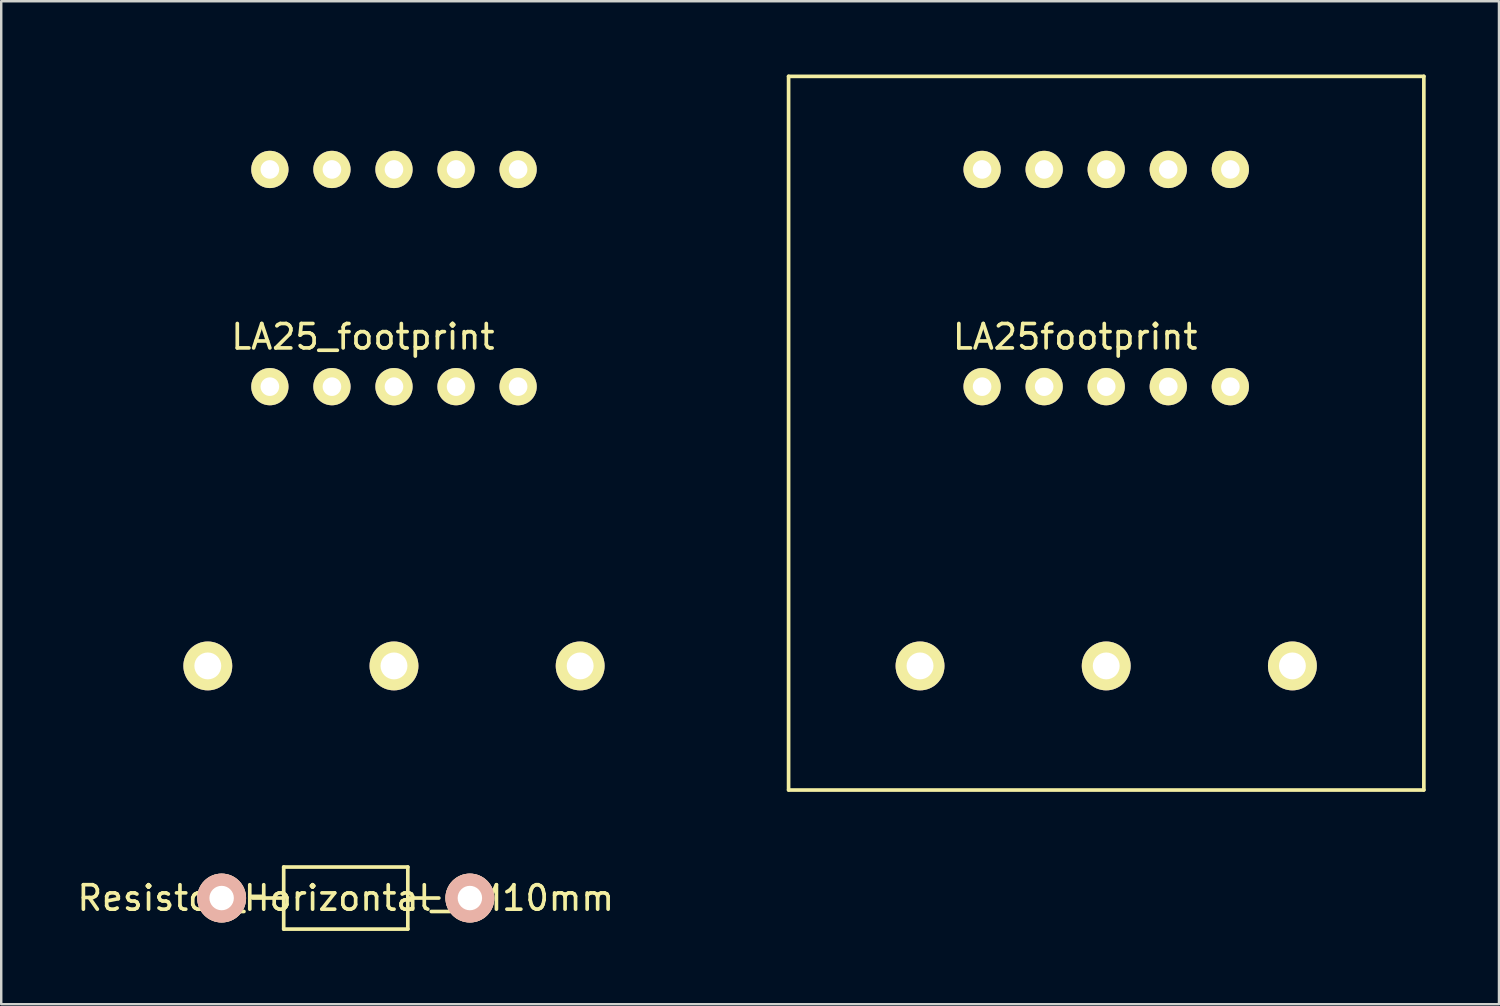
<source format=kicad_pcb>
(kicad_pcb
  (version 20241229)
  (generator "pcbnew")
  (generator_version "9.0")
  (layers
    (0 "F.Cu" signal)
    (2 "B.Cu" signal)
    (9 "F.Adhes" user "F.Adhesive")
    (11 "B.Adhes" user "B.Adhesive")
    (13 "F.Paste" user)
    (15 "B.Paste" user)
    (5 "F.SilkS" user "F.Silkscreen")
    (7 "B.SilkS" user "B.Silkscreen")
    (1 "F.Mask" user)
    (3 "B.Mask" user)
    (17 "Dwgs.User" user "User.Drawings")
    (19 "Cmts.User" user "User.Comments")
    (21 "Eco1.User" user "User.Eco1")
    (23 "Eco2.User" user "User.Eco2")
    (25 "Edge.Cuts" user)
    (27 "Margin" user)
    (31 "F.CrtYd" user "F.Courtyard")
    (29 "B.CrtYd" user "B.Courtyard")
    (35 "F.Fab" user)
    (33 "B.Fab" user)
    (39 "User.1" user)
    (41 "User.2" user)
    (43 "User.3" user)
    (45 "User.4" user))
  (footprint "LA25footprint"
    (layer "F.Cu")
    (at 40.955 10.235)
    (property "Reference" "LA25footprint" (at 0 0.5 0) (layer "F.SilkS") (effects (font (size 1 1) (thickness 0.15))))
    (attr through_hole)
    (fp_line (start -11.73 -10.16) (end -11.73 19.04) (stroke (width 0.15) (type solid)) (layer "F.SilkS"))
    (fp_line (start -11.73 -10.16) (end 14.27 -10.16) (stroke (width 0.15) (type solid)) (layer "F.SilkS"))
    (fp_line (start -11.73 19.05) (end 14.27 19.05) (stroke (width 0.15) (type solid)) (layer "F.SilkS"))
    (fp_line (start 14.27 -10.16) (end 14.27 19.04) (stroke (width 0.15) (type solid)) (layer "F.SilkS"))
    (pad "1" thru_hole circle (at 6.35 -6.35) (size 1.524 1.524) (drill 0.762) (layers "*.Cu" "*.Mask" "F.SilkS"))
    (pad "2" thru_hole circle (at 3.81 -6.35) (size 1.524 1.524) (drill 0.762) (layers "*.Cu" "*.Mask" "F.SilkS"))
    (pad "3" thru_hole circle (at 1.27 -6.35) (size 1.524 1.524) (drill 0.762) (layers "*.Cu" "*.Mask" "F.SilkS"))
    (pad "4" thru_hole circle (at -1.27 -6.35) (size 1.524 1.524) (drill 0.762) (layers "*.Cu" "*.Mask" "F.SilkS"))
    (pad "5" thru_hole circle (at -3.81 -6.35) (size 1.524 1.524) (drill 0.762) (layers "*.Cu" "*.Mask" "F.SilkS"))
    (pad "6" thru_hole circle (at -3.81 2.54) (size 1.524 1.524) (drill 0.762) (layers "*.Cu" "*.Mask" "F.SilkS"))
    (pad "7" thru_hole circle (at -1.27 2.54) (size 1.524 1.524) (drill 0.762) (layers "*.Cu" "*.Mask" "F.SilkS"))
    (pad "8" thru_hole circle (at 1.27 2.54) (size 1.524 1.524) (drill 0.762) (layers "*.Cu" "*.Mask" "F.SilkS"))
    (pad "9" thru_hole circle (at 3.81 2.54) (size 1.524 1.524) (drill 0.762) (layers "*.Cu" "*.Mask" "F.SilkS"))
    (pad "10" thru_hole circle (at 6.35 2.54) (size 1.524 1.524) (drill 0.762) (layers "*.Cu" "*.Mask" "F.SilkS"))
    (pad "11" thru_hole circle (at 1.27 13.97) (size 2 2) (drill 1.1) (layers "*.Cu" "*.Mask" "F.SilkS"))
    (pad "12" thru_hole circle (at -6.35 13.97) (size 2 2) (drill 1.1) (layers "*.Cu" "*.Mask" "F.SilkS"))
    (pad "13" thru_hole circle (at 8.89 13.97) (size 2 2) (drill 1.1) (layers "*.Cu" "*.Mask" "F.SilkS")))
  (footprint "LA25_footprint"
    (layer "F.Cu")
    (at 11.805 10.235)
    (property "Reference" "LA25_footprint" (at 0 0.5 0) (layer "F.SilkS") (effects (font (size 1 1) (thickness 0.15))))
    (attr through_hole)
    (fp_line (start -11.73 -10.16) (end -11.73 19.04) (stroke (width 0.15) (type solid)) (layer "B.Paste"))
    (fp_line (start -11.73 -10.16) (end 14.27 -10.16) (stroke (width 0.15) (type solid)) (layer "B.Paste"))
    (fp_line (start -11.73 19.05) (end 14.27 19.05) (stroke (width 0.15) (type solid)) (layer "B.Paste"))
    (fp_line (start 14.27 -10.16) (end 14.27 19.04) (stroke (width 0.15) (type solid)) (layer "B.Paste"))
    (pad "1" thru_hole circle (at 6.35 -6.35) (size 1.524 1.524) (drill 0.762) (layers "*.Cu" "*.Mask" "F.SilkS"))
    (pad "2" thru_hole circle (at 3.81 -6.35) (size 1.524 1.524) (drill 0.762) (layers "*.Cu" "*.Mask" "F.SilkS"))
    (pad "3" thru_hole circle (at 1.27 -6.35) (size 1.524 1.524) (drill 0.762) (layers "*.Cu" "*.Mask" "F.SilkS"))
    (pad "4" thru_hole circle (at -1.27 -6.35) (size 1.524 1.524) (drill 0.762) (layers "*.Cu" "*.Mask" "F.SilkS"))
    (pad "5" thru_hole circle (at -3.81 -6.35) (size 1.524 1.524) (drill 0.762) (layers "*.Cu" "*.Mask" "F.SilkS"))
    (pad "6" thru_hole circle (at -3.81 2.54) (size 1.524 1.524) (drill 0.762) (layers "*.Cu" "*.Mask" "F.SilkS"))
    (pad "7" thru_hole circle (at -1.27 2.54) (size 1.524 1.524) (drill 0.762) (layers "*.Cu" "*.Mask" "F.SilkS"))
    (pad "8" thru_hole circle (at 1.27 2.54) (size 1.524 1.524) (drill 0.762) (layers "*.Cu" "*.Mask" "F.SilkS"))
    (pad "9" thru_hole circle (at 3.81 2.54) (size 1.524 1.524) (drill 0.762) (layers "*.Cu" "*.Mask" "F.SilkS"))
    (pad "10" thru_hole circle (at 6.35 2.54) (size 1.524 1.524) (drill 0.762) (layers "*.Cu" "*.Mask" "F.SilkS"))
    (pad "11" thru_hole circle (at 1.27 13.97) (size 2 2) (drill 1.1) (layers "*.Cu" "*.Mask" "F.SilkS"))
    (pad "12" thru_hole circle (at -6.35 13.97) (size 2 2) (drill 1.1) (layers "*.Cu" "*.Mask" "F.SilkS"))
    (pad "13" thru_hole circle (at 8.89 13.97) (size 2 2) (drill 1.1) (layers "*.Cu" "*.Mask" "F.SilkS")))
  (footprint "Resistor_Horizontal_RM10mm"
    (layer "F.Cu")
    (at 11.101 33.705)
    (property "Reference" "Resistor_Horizontal_RM10mm" (at 0 0 0) (layer "F.SilkS") (effects (font (size 1 1) (thickness 0.15))))
    (attr through_hole)
    (fp_line (start -2.54 -1.27) (end 2.54 -1.27) (stroke (width 0.15) (type solid)) (layer "F.SilkS"))
    (fp_line (start -2.54 0) (end -3.81 0) (stroke (width 0.15) (type solid)) (layer "F.SilkS"))
    (fp_line (start -2.54 1.27) (end -2.54 -1.27) (stroke (width 0.15) (type solid)) (layer "F.SilkS"))
    (fp_line (start 2.54 -1.27) (end 2.54 1.27) (stroke (width 0.15) (type solid)) (layer "F.SilkS"))
    (fp_line (start 2.54 0) (end 3.81 0) (stroke (width 0.15) (type solid)) (layer "F.SilkS"))
    (fp_line (start 2.54 1.27) (end -2.54 1.27) (stroke (width 0.15) (type solid)) (layer "F.SilkS"))
    (pad "1" thru_hole circle (at -5.08 0) (size 2 2) (drill 1) (layers "*.Cu" "*.SilkS" "*.Mask"))
    (pad "2" thru_hole circle (at 5.08 0) (size 2 2) (drill 1) (layers "*.Cu" "*.SilkS" "*.Mask")))
  (gr_rect
    (start -3 -3)
    (end 58.3 38.05)
    (stroke (width 0.1) (type default))
    (fill no)
    (layer "Edge.Cuts")))
</source>
